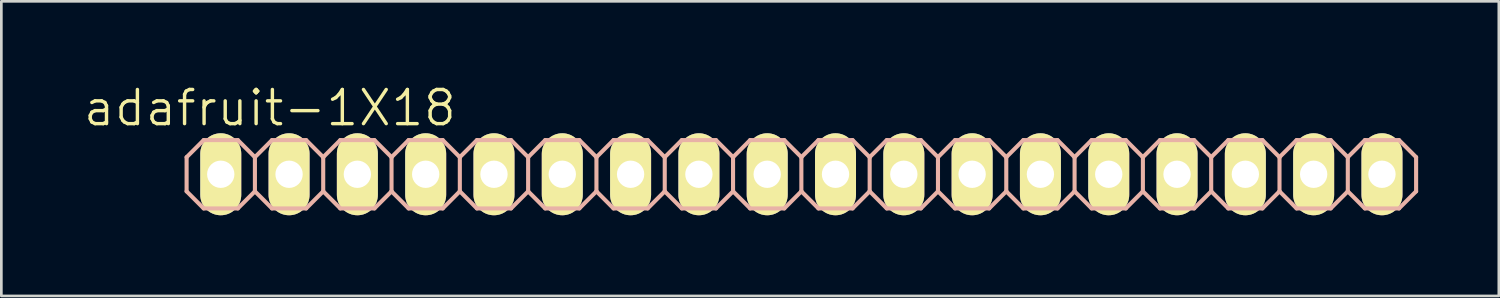
<source format=kicad_pcb>
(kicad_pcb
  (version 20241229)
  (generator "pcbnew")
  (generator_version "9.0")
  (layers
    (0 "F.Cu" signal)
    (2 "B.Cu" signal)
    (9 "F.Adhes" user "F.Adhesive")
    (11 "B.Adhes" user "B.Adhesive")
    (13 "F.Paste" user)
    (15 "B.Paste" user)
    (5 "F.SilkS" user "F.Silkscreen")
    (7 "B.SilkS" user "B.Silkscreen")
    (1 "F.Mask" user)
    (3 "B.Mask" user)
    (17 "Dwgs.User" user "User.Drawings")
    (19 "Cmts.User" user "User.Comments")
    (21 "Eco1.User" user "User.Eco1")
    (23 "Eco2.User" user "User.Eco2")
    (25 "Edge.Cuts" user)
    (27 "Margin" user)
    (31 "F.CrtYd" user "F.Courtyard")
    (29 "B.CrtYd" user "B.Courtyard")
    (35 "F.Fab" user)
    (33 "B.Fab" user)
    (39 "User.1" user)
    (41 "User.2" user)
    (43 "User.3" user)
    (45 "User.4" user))
  (footprint "adafruit-1X18"
    (layer "F.Cu")
    (at 26.749 3.43)
    (property "Reference" "adafruit-1X18" (at -19.761 -2.464 0) (layer "F.SilkS") (effects (font (size 1.27 1.27) (thickness 0.127))))
    (attr exclude_from_pos_files exclude_from_bom)
    (fp_line (start -21.844 -0.254) (end -21.336 -0.254) (stroke (width 0.066) (type solid)) (layer "F.SilkS"))
    (fp_line (start -21.844 0.254) (end -21.844 -0.254) (stroke (width 0.066) (type solid)) (layer "F.SilkS"))
    (fp_line (start -21.844 0.254) (end -21.336 0.254) (stroke (width 0.066) (type solid)) (layer "F.SilkS"))
    (fp_line (start -21.336 0.254) (end -21.336 -0.254) (stroke (width 0.066) (type solid)) (layer "F.SilkS"))
    (fp_line (start -19.304 -0.254) (end -18.796 -0.254) (stroke (width 0.066) (type solid)) (layer "F.SilkS"))
    (fp_line (start -19.304 0.254) (end -19.304 -0.254) (stroke (width 0.066) (type solid)) (layer "F.SilkS"))
    (fp_line (start -19.304 0.254) (end -18.796 0.254) (stroke (width 0.066) (type solid)) (layer "F.SilkS"))
    (fp_line (start -18.796 0.254) (end -18.796 -0.254) (stroke (width 0.066) (type solid)) (layer "F.SilkS"))
    (fp_line (start -16.764 -0.254) (end -16.256 -0.254) (stroke (width 0.066) (type solid)) (layer "F.SilkS"))
    (fp_line (start -16.764 0.254) (end -16.764 -0.254) (stroke (width 0.066) (type solid)) (layer "F.SilkS"))
    (fp_line (start -16.764 0.254) (end -16.256 0.254) (stroke (width 0.066) (type solid)) (layer "F.SilkS"))
    (fp_line (start -16.256 0.254) (end -16.256 -0.254) (stroke (width 0.066) (type solid)) (layer "F.SilkS"))
    (fp_line (start -14.224 -0.254) (end -13.716 -0.254) (stroke (width 0.066) (type solid)) (layer "F.SilkS"))
    (fp_line (start -14.224 0.254) (end -14.224 -0.254) (stroke (width 0.066) (type solid)) (layer "F.SilkS"))
    (fp_line (start -14.224 0.254) (end -13.716 0.254) (stroke (width 0.066) (type solid)) (layer "F.SilkS"))
    (fp_line (start -13.716 0.254) (end -13.716 -0.254) (stroke (width 0.066) (type solid)) (layer "F.SilkS"))
    (fp_line (start -11.684 -0.254) (end -11.176 -0.254) (stroke (width 0.066) (type solid)) (layer "F.SilkS"))
    (fp_line (start -11.684 0.254) (end -11.684 -0.254) (stroke (width 0.066) (type solid)) (layer "F.SilkS"))
    (fp_line (start -11.684 0.254) (end -11.176 0.254) (stroke (width 0.066) (type solid)) (layer "F.SilkS"))
    (fp_line (start -11.176 0.254) (end -11.176 -0.254) (stroke (width 0.066) (type solid)) (layer "F.SilkS"))
    (fp_line (start -9.144 -0.254) (end -8.636 -0.254) (stroke (width 0.066) (type solid)) (layer "F.SilkS"))
    (fp_line (start -9.144 0.254) (end -9.144 -0.254) (stroke (width 0.066) (type solid)) (layer "F.SilkS"))
    (fp_line (start -9.144 0.254) (end -8.636 0.254) (stroke (width 0.066) (type solid)) (layer "F.SilkS"))
    (fp_line (start -8.636 0.254) (end -8.636 -0.254) (stroke (width 0.066) (type solid)) (layer "F.SilkS"))
    (fp_line (start -6.604 -0.254) (end -6.096 -0.254) (stroke (width 0.066) (type solid)) (layer "F.SilkS"))
    (fp_line (start -6.604 0.254) (end -6.604 -0.254) (stroke (width 0.066) (type solid)) (layer "F.SilkS"))
    (fp_line (start -6.604 0.254) (end -6.096 0.254) (stroke (width 0.066) (type solid)) (layer "F.SilkS"))
    (fp_line (start -6.096 0.254) (end -6.096 -0.254) (stroke (width 0.066) (type solid)) (layer "F.SilkS"))
    (fp_line (start -4.064 -0.254) (end -3.556 -0.254) (stroke (width 0.066) (type solid)) (layer "F.SilkS"))
    (fp_line (start -4.064 0.254) (end -4.064 -0.254) (stroke (width 0.066) (type solid)) (layer "F.SilkS"))
    (fp_line (start -4.064 0.254) (end -3.556 0.254) (stroke (width 0.066) (type solid)) (layer "F.SilkS"))
    (fp_line (start -3.556 0.254) (end -3.556 -0.254) (stroke (width 0.066) (type solid)) (layer "F.SilkS"))
    (fp_line (start -1.524 -0.254) (end -1.016 -0.254) (stroke (width 0.066) (type solid)) (layer "F.SilkS"))
    (fp_line (start -1.524 0.254) (end -1.524 -0.254) (stroke (width 0.066) (type solid)) (layer "F.SilkS"))
    (fp_line (start -1.524 0.254) (end -1.016 0.254) (stroke (width 0.066) (type solid)) (layer "F.SilkS"))
    (fp_line (start -1.016 0.254) (end -1.016 -0.254) (stroke (width 0.066) (type solid)) (layer "F.SilkS"))
    (fp_line (start 1.016 -0.254) (end 1.524 -0.254) (stroke (width 0.066) (type solid)) (layer "F.SilkS"))
    (fp_line (start 1.016 0.254) (end 1.016 -0.254) (stroke (width 0.066) (type solid)) (layer "F.SilkS"))
    (fp_line (start 1.016 0.254) (end 1.524 0.254) (stroke (width 0.066) (type solid)) (layer "F.SilkS"))
    (fp_line (start 1.524 0.254) (end 1.524 -0.254) (stroke (width 0.066) (type solid)) (layer "F.SilkS"))
    (fp_line (start 3.556 -0.254) (end 4.064 -0.254) (stroke (width 0.066) (type solid)) (layer "F.SilkS"))
    (fp_line (start 3.556 0.254) (end 3.556 -0.254) (stroke (width 0.066) (type solid)) (layer "F.SilkS"))
    (fp_line (start 3.556 0.254) (end 4.064 0.254) (stroke (width 0.066) (type solid)) (layer "F.SilkS"))
    (fp_line (start 4.064 0.254) (end 4.064 -0.254) (stroke (width 0.066) (type solid)) (layer "F.SilkS"))
    (fp_line (start 6.096 -0.254) (end 6.604 -0.254) (stroke (width 0.066) (type solid)) (layer "F.SilkS"))
    (fp_line (start 6.096 0.254) (end 6.096 -0.254) (stroke (width 0.066) (type solid)) (layer "F.SilkS"))
    (fp_line (start 6.096 0.254) (end 6.604 0.254) (stroke (width 0.066) (type solid)) (layer "F.SilkS"))
    (fp_line (start 6.604 0.254) (end 6.604 -0.254) (stroke (width 0.066) (type solid)) (layer "F.SilkS"))
    (fp_line (start 8.636 -0.254) (end 9.144 -0.254) (stroke (width 0.066) (type solid)) (layer "F.SilkS"))
    (fp_line (start 8.636 0.254) (end 8.636 -0.254) (stroke (width 0.066) (type solid)) (layer "F.SilkS"))
    (fp_line (start 8.636 0.254) (end 9.144 0.254) (stroke (width 0.066) (type solid)) (layer "F.SilkS"))
    (fp_line (start 9.144 0.254) (end 9.144 -0.254) (stroke (width 0.066) (type solid)) (layer "F.SilkS"))
    (fp_line (start 11.176 -0.254) (end 11.684 -0.254) (stroke (width 0.066) (type solid)) (layer "F.SilkS"))
    (fp_line (start 11.176 0.254) (end 11.176 -0.254) (stroke (width 0.066) (type solid)) (layer "F.SilkS"))
    (fp_line (start 11.176 0.254) (end 11.684 0.254) (stroke (width 0.066) (type solid)) (layer "F.SilkS"))
    (fp_line (start 11.684 0.254) (end 11.684 -0.254) (stroke (width 0.066) (type solid)) (layer "F.SilkS"))
    (fp_line (start 13.716 -0.254) (end 14.224 -0.254) (stroke (width 0.066) (type solid)) (layer "F.SilkS"))
    (fp_line (start 13.716 0.254) (end 13.716 -0.254) (stroke (width 0.066) (type solid)) (layer "F.SilkS"))
    (fp_line (start 13.716 0.254) (end 14.224 0.254) (stroke (width 0.066) (type solid)) (layer "F.SilkS"))
    (fp_line (start 14.224 0.254) (end 14.224 -0.254) (stroke (width 0.066) (type solid)) (layer "F.SilkS"))
    (fp_line (start 16.256 -0.254) (end 16.764 -0.254) (stroke (width 0.066) (type solid)) (layer "F.SilkS"))
    (fp_line (start 16.256 0.254) (end 16.256 -0.254) (stroke (width 0.066) (type solid)) (layer "F.SilkS"))
    (fp_line (start 16.256 0.254) (end 16.764 0.254) (stroke (width 0.066) (type solid)) (layer "F.SilkS"))
    (fp_line (start 16.764 0.254) (end 16.764 -0.254) (stroke (width 0.066) (type solid)) (layer "F.SilkS"))
    (fp_line (start 18.796 -0.254) (end 19.304 -0.254) (stroke (width 0.066) (type solid)) (layer "F.SilkS"))
    (fp_line (start 18.796 0.254) (end 18.796 -0.254) (stroke (width 0.066) (type solid)) (layer "F.SilkS"))
    (fp_line (start 18.796 0.254) (end 19.304 0.254) (stroke (width 0.066) (type solid)) (layer "F.SilkS"))
    (fp_line (start 19.304 0.254) (end 19.304 -0.254) (stroke (width 0.066) (type solid)) (layer "F.SilkS"))
    (fp_line (start 21.336 -0.254) (end 21.844 -0.254) (stroke (width 0.066) (type solid)) (layer "F.SilkS"))
    (fp_line (start 21.336 0.254) (end 21.336 -0.254) (stroke (width 0.066) (type solid)) (layer "F.SilkS"))
    (fp_line (start 21.336 0.254) (end 21.844 0.254) (stroke (width 0.066) (type solid)) (layer "F.SilkS"))
    (fp_line (start 21.844 0.254) (end 21.844 -0.254) (stroke (width 0.066) (type solid)) (layer "F.SilkS"))
    (fp_line (start -22.86 -0.635) (end -22.86 0.635) (stroke (width 0.152) (type solid)) (layer "B.SilkS"))
    (fp_line (start -22.86 0.635) (end -22.225 1.27) (stroke (width 0.152) (type solid)) (layer "B.SilkS"))
    (fp_line (start -22.225 -1.27) (end -22.86 -0.635) (stroke (width 0.152) (type solid)) (layer "B.SilkS"))
    (fp_line (start -22.225 -1.27) (end -20.955 -1.27) (stroke (width 0.152) (type solid)) (layer "B.SilkS"))
    (fp_line (start -20.955 -1.27) (end -20.32 -0.635) (stroke (width 0.152) (type solid)) (layer "B.SilkS"))
    (fp_line (start -20.955 1.27) (end -22.225 1.27) (stroke (width 0.152) (type solid)) (layer "B.SilkS"))
    (fp_line (start -20.32 -0.635) (end -20.32 0.635) (stroke (width 0.152) (type solid)) (layer "B.SilkS"))
    (fp_line (start -20.32 -0.635) (end -19.685 -1.27) (stroke (width 0.152) (type solid)) (layer "B.SilkS"))
    (fp_line (start -20.32 0.635) (end -20.955 1.27) (stroke (width 0.152) (type solid)) (layer "B.SilkS"))
    (fp_line (start -19.685 -1.27) (end -18.415 -1.27) (stroke (width 0.152) (type solid)) (layer "B.SilkS"))
    (fp_line (start -19.685 1.27) (end -20.32 0.635) (stroke (width 0.152) (type solid)) (layer "B.SilkS"))
    (fp_line (start -18.415 -1.27) (end -17.78 -0.635) (stroke (width 0.152) (type solid)) (layer "B.SilkS"))
    (fp_line (start -18.415 1.27) (end -19.685 1.27) (stroke (width 0.152) (type solid)) (layer "B.SilkS"))
    (fp_line (start -17.78 -0.635) (end -17.78 0.635) (stroke (width 0.152) (type solid)) (layer "B.SilkS"))
    (fp_line (start -17.78 -0.635) (end -17.145 -1.27) (stroke (width 0.152) (type solid)) (layer "B.SilkS"))
    (fp_line (start -17.78 0.635) (end -18.415 1.27) (stroke (width 0.152) (type solid)) (layer "B.SilkS"))
    (fp_line (start -17.145 -1.27) (end -15.875 -1.27) (stroke (width 0.152) (type solid)) (layer "B.SilkS"))
    (fp_line (start -17.145 1.27) (end -17.78 0.635) (stroke (width 0.152) (type solid)) (layer "B.SilkS"))
    (fp_line (start -15.875 -1.27) (end -15.24 -0.635) (stroke (width 0.152) (type solid)) (layer "B.SilkS"))
    (fp_line (start -15.875 1.27) (end -17.145 1.27) (stroke (width 0.152) (type solid)) (layer "B.SilkS"))
    (fp_line (start -15.24 -0.635) (end -15.24 0.635) (stroke (width 0.152) (type solid)) (layer "B.SilkS"))
    (fp_line (start -15.24 0.635) (end -15.875 1.27) (stroke (width 0.152) (type solid)) (layer "B.SilkS"))
    (fp_line (start -15.24 0.635) (end -14.605 1.27) (stroke (width 0.152) (type solid)) (layer "B.SilkS"))
    (fp_line (start -14.605 -1.27) (end -15.24 -0.635) (stroke (width 0.152) (type solid)) (layer "B.SilkS"))
    (fp_line (start -14.605 -1.27) (end -13.335 -1.27) (stroke (width 0.152) (type solid)) (layer "B.SilkS"))
    (fp_line (start -13.335 -1.27) (end -12.7 -0.635) (stroke (width 0.152) (type solid)) (layer "B.SilkS"))
    (fp_line (start -13.335 1.27) (end -14.605 1.27) (stroke (width 0.152) (type solid)) (layer "B.SilkS"))
    (fp_line (start -12.7 -0.635) (end -12.7 0.635) (stroke (width 0.152) (type solid)) (layer "B.SilkS"))
    (fp_line (start -12.7 -0.635) (end -12.065 -1.27) (stroke (width 0.152) (type solid)) (layer "B.SilkS"))
    (fp_line (start -12.7 0.635) (end -13.335 1.27) (stroke (width 0.152) (type solid)) (layer "B.SilkS"))
    (fp_line (start -12.065 -1.27) (end -10.795 -1.27) (stroke (width 0.152) (type solid)) (layer "B.SilkS"))
    (fp_line (start -12.065 1.27) (end -12.7 0.635) (stroke (width 0.152) (type solid)) (layer "B.SilkS"))
    (fp_line (start -10.795 -1.27) (end -10.16 -0.635) (stroke (width 0.152) (type solid)) (layer "B.SilkS"))
    (fp_line (start -10.795 1.27) (end -12.065 1.27) (stroke (width 0.152) (type solid)) (layer "B.SilkS"))
    (fp_line (start -10.16 -0.635) (end -10.16 0.635) (stroke (width 0.152) (type solid)) (layer "B.SilkS"))
    (fp_line (start -10.16 -0.635) (end -9.525 -1.27) (stroke (width 0.152) (type solid)) (layer "B.SilkS"))
    (fp_line (start -10.16 0.635) (end -10.795 1.27) (stroke (width 0.152) (type solid)) (layer "B.SilkS"))
    (fp_line (start -9.525 -1.27) (end -8.255 -1.27) (stroke (width 0.152) (type solid)) (layer "B.SilkS"))
    (fp_line (start -9.525 1.27) (end -10.16 0.635) (stroke (width 0.152) (type solid)) (layer "B.SilkS"))
    (fp_line (start -8.255 -1.27) (end -7.62 -0.635) (stroke (width 0.152) (type solid)) (layer "B.SilkS"))
    (fp_line (start -8.255 1.27) (end -9.525 1.27) (stroke (width 0.152) (type solid)) (layer "B.SilkS"))
    (fp_line (start -7.62 -0.635) (end -7.62 0.635) (stroke (width 0.152) (type solid)) (layer "B.SilkS"))
    (fp_line (start -7.62 0.635) (end -8.255 1.27) (stroke (width 0.152) (type solid)) (layer "B.SilkS"))
    (fp_line (start -7.62 0.635) (end -6.985 1.27) (stroke (width 0.152) (type solid)) (layer "B.SilkS"))
    (fp_line (start -6.985 -1.27) (end -7.62 -0.635) (stroke (width 0.152) (type solid)) (layer "B.SilkS"))
    (fp_line (start -6.985 -1.27) (end -5.715 -1.27) (stroke (width 0.152) (type solid)) (layer "B.SilkS"))
    (fp_line (start -5.715 -1.27) (end -5.08 -0.635) (stroke (width 0.152) (type solid)) (layer "B.SilkS"))
    (fp_line (start -5.715 1.27) (end -6.985 1.27) (stroke (width 0.152) (type solid)) (layer "B.SilkS"))
    (fp_line (start -5.08 -0.635) (end -5.08 0.635) (stroke (width 0.152) (type solid)) (layer "B.SilkS"))
    (fp_line (start -5.08 -0.635) (end -4.445 -1.27) (stroke (width 0.152) (type solid)) (layer "B.SilkS"))
    (fp_line (start -5.08 0.635) (end -5.715 1.27) (stroke (width 0.152) (type solid)) (layer "B.SilkS"))
    (fp_line (start -4.445 -1.27) (end -3.175 -1.27) (stroke (width 0.152) (type solid)) (layer "B.SilkS"))
    (fp_line (start -4.445 1.27) (end -5.08 0.635) (stroke (width 0.152) (type solid)) (layer "B.SilkS"))
    (fp_line (start -3.175 -1.27) (end -2.54 -0.635) (stroke (width 0.152) (type solid)) (layer "B.SilkS"))
    (fp_line (start -3.175 1.27) (end -4.445 1.27) (stroke (width 0.152) (type solid)) (layer "B.SilkS"))
    (fp_line (start -2.54 -0.635) (end -2.54 0.635) (stroke (width 0.152) (type solid)) (layer "B.SilkS"))
    (fp_line (start -2.54 -0.635) (end -1.905 -1.27) (stroke (width 0.152) (type solid)) (layer "B.SilkS"))
    (fp_line (start -2.54 0.635) (end -3.175 1.27) (stroke (width 0.152) (type solid)) (layer "B.SilkS"))
    (fp_line (start -1.905 -1.27) (end -0.635 -1.27) (stroke (width 0.152) (type solid)) (layer "B.SilkS"))
    (fp_line (start -1.905 1.27) (end -2.54 0.635) (stroke (width 0.152) (type solid)) (layer "B.SilkS"))
    (fp_line (start -0.635 -1.27) (end 0 -0.635) (stroke (width 0.152) (type solid)) (layer "B.SilkS"))
    (fp_line (start -0.635 1.27) (end -1.905 1.27) (stroke (width 0.152) (type solid)) (layer "B.SilkS"))
    (fp_line (start 0 -0.635) (end 0 0.635) (stroke (width 0.152) (type solid)) (layer "B.SilkS"))
    (fp_line (start 0 0.635) (end -0.635 1.27) (stroke (width 0.152) (type solid)) (layer "B.SilkS"))
    (fp_line (start 0 0.635) (end 0.635 1.27) (stroke (width 0.152) (type solid)) (layer "B.SilkS"))
    (fp_line (start 0.635 -1.27) (end 0 -0.635) (stroke (width 0.152) (type solid)) (layer "B.SilkS"))
    (fp_line (start 0.635 -1.27) (end 1.905 -1.27) (stroke (width 0.152) (type solid)) (layer "B.SilkS"))
    (fp_line (start 1.905 -1.27) (end 2.54 -0.635) (stroke (width 0.152) (type solid)) (layer "B.SilkS"))
    (fp_line (start 1.905 1.27) (end 0.635 1.27) (stroke (width 0.152) (type solid)) (layer "B.SilkS"))
    (fp_line (start 2.54 -0.635) (end 2.54 0.635) (stroke (width 0.152) (type solid)) (layer "B.SilkS"))
    (fp_line (start 2.54 -0.635) (end 3.175 -1.27) (stroke (width 0.152) (type solid)) (layer "B.SilkS"))
    (fp_line (start 2.54 0.635) (end 1.905 1.27) (stroke (width 0.152) (type solid)) (layer "B.SilkS"))
    (fp_line (start 3.175 -1.27) (end 4.445 -1.27) (stroke (width 0.152) (type solid)) (layer "B.SilkS"))
    (fp_line (start 3.175 1.27) (end 2.54 0.635) (stroke (width 0.152) (type solid)) (layer "B.SilkS"))
    (fp_line (start 4.445 -1.27) (end 5.08 -0.635) (stroke (width 0.152) (type solid)) (layer "B.SilkS"))
    (fp_line (start 4.445 1.27) (end 3.175 1.27) (stroke (width 0.152) (type solid)) (layer "B.SilkS"))
    (fp_line (start 5.08 -0.635) (end 5.08 0.635) (stroke (width 0.152) (type solid)) (layer "B.SilkS"))
    (fp_line (start 5.08 -0.635) (end 5.715 -1.27) (stroke (width 0.152) (type solid)) (layer "B.SilkS"))
    (fp_line (start 5.08 0.635) (end 4.445 1.27) (stroke (width 0.152) (type solid)) (layer "B.SilkS"))
    (fp_line (start 5.715 -1.27) (end 6.985 -1.27) (stroke (width 0.152) (type solid)) (layer "B.SilkS"))
    (fp_line (start 5.715 1.27) (end 5.08 0.635) (stroke (width 0.152) (type solid)) (layer "B.SilkS"))
    (fp_line (start 6.985 -1.27) (end 7.62 -0.635) (stroke (width 0.152) (type solid)) (layer "B.SilkS"))
    (fp_line (start 6.985 1.27) (end 5.715 1.27) (stroke (width 0.152) (type solid)) (layer "B.SilkS"))
    (fp_line (start 7.62 -0.635) (end 7.62 0.635) (stroke (width 0.152) (type solid)) (layer "B.SilkS"))
    (fp_line (start 7.62 0.635) (end 6.985 1.27) (stroke (width 0.152) (type solid)) (layer "B.SilkS"))
    (fp_line (start 7.62 0.635) (end 8.255 1.27) (stroke (width 0.152) (type solid)) (layer "B.SilkS"))
    (fp_line (start 8.255 -1.27) (end 7.62 -0.635) (stroke (width 0.152) (type solid)) (layer "B.SilkS"))
    (fp_line (start 8.255 -1.27) (end 9.525 -1.27) (stroke (width 0.152) (type solid)) (layer "B.SilkS"))
    (fp_line (start 9.525 -1.27) (end 10.16 -0.635) (stroke (width 0.152) (type solid)) (layer "B.SilkS"))
    (fp_line (start 9.525 1.27) (end 8.255 1.27) (stroke (width 0.152) (type solid)) (layer "B.SilkS"))
    (fp_line (start 10.16 -0.635) (end 10.16 0.635) (stroke (width 0.152) (type solid)) (layer "B.SilkS"))
    (fp_line (start 10.16 -0.635) (end 10.795 -1.27) (stroke (width 0.152) (type solid)) (layer "B.SilkS"))
    (fp_line (start 10.16 0.635) (end 9.525 1.27) (stroke (width 0.152) (type solid)) (layer "B.SilkS"))
    (fp_line (start 10.795 -1.27) (end 12.065 -1.27) (stroke (width 0.152) (type solid)) (layer "B.SilkS"))
    (fp_line (start 10.795 1.27) (end 10.16 0.635) (stroke (width 0.152) (type solid)) (layer "B.SilkS"))
    (fp_line (start 12.065 -1.27) (end 12.7 -0.635) (stroke (width 0.152) (type solid)) (layer "B.SilkS"))
    (fp_line (start 12.065 1.27) (end 10.795 1.27) (stroke (width 0.152) (type solid)) (layer "B.SilkS"))
    (fp_line (start 12.7 -0.635) (end 12.7 0.635) (stroke (width 0.152) (type solid)) (layer "B.SilkS"))
    (fp_line (start 12.7 -0.635) (end 13.335 -1.27) (stroke (width 0.152) (type solid)) (layer "B.SilkS"))
    (fp_line (start 12.7 0.635) (end 12.065 1.27) (stroke (width 0.152) (type solid)) (layer "B.SilkS"))
    (fp_line (start 13.335 -1.27) (end 14.605 -1.27) (stroke (width 0.152) (type solid)) (layer "B.SilkS"))
    (fp_line (start 13.335 1.27) (end 12.7 0.635) (stroke (width 0.152) (type solid)) (layer "B.SilkS"))
    (fp_line (start 14.605 -1.27) (end 15.24 -0.635) (stroke (width 0.152) (type solid)) (layer "B.SilkS"))
    (fp_line (start 14.605 1.27) (end 13.335 1.27) (stroke (width 0.152) (type solid)) (layer "B.SilkS"))
    (fp_line (start 15.24 -0.635) (end 15.24 0.635) (stroke (width 0.152) (type solid)) (layer "B.SilkS"))
    (fp_line (start 15.24 0.635) (end 14.605 1.27) (stroke (width 0.152) (type solid)) (layer "B.SilkS"))
    (fp_line (start 15.24 0.635) (end 15.875 1.27) (stroke (width 0.152) (type solid)) (layer "B.SilkS"))
    (fp_line (start 15.875 -1.27) (end 15.24 -0.635) (stroke (width 0.152) (type solid)) (layer "B.SilkS"))
    (fp_line (start 15.875 -1.27) (end 17.145 -1.27) (stroke (width 0.152) (type solid)) (layer "B.SilkS"))
    (fp_line (start 17.145 -1.27) (end 17.78 -0.635) (stroke (width 0.152) (type solid)) (layer "B.SilkS"))
    (fp_line (start 17.145 1.27) (end 15.875 1.27) (stroke (width 0.152) (type solid)) (layer "B.SilkS"))
    (fp_line (start 17.78 -0.635) (end 17.78 0.635) (stroke (width 0.152) (type solid)) (layer "B.SilkS"))
    (fp_line (start 17.78 -0.635) (end 18.415 -1.27) (stroke (width 0.152) (type solid)) (layer "B.SilkS"))
    (fp_line (start 17.78 0.635) (end 17.145 1.27) (stroke (width 0.152) (type solid)) (layer "B.SilkS"))
    (fp_line (start 18.415 -1.27) (end 19.685 -1.27) (stroke (width 0.152) (type solid)) (layer "B.SilkS"))
    (fp_line (start 18.415 1.27) (end 17.78 0.635) (stroke (width 0.152) (type solid)) (layer "B.SilkS"))
    (fp_line (start 19.685 -1.27) (end 20.32 -0.635) (stroke (width 0.152) (type solid)) (layer "B.SilkS"))
    (fp_line (start 19.685 1.27) (end 18.415 1.27) (stroke (width 0.152) (type solid)) (layer "B.SilkS"))
    (fp_line (start 20.32 -0.635) (end 20.32 0.635) (stroke (width 0.152) (type solid)) (layer "B.SilkS"))
    (fp_line (start 20.32 -0.635) (end 20.955 -1.27) (stroke (width 0.152) (type solid)) (layer "B.SilkS"))
    (fp_line (start 20.32 0.635) (end 19.685 1.27) (stroke (width 0.152) (type solid)) (layer "B.SilkS"))
    (fp_line (start 20.955 -1.27) (end 22.225 -1.27) (stroke (width 0.152) (type solid)) (layer "B.SilkS"))
    (fp_line (start 20.955 1.27) (end 20.32 0.635) (stroke (width 0.152) (type solid)) (layer "B.SilkS"))
    (fp_line (start 22.225 -1.27) (end 22.86 -0.635) (stroke (width 0.152) (type solid)) (layer "B.SilkS"))
    (fp_line (start 22.225 1.27) (end 20.955 1.27) (stroke (width 0.152) (type solid)) (layer "B.SilkS"))
    (fp_line (start 22.86 -0.635) (end 22.86 0.635) (stroke (width 0.152) (type solid)) (layer "B.SilkS"))
    (fp_line (start 22.86 0.635) (end 22.225 1.27) (stroke (width 0.152) (type solid)) (layer "B.SilkS"))
    (pad "1" thru_hole oval (at -21.59 0 180) (size 1.524 3.048) (drill 1.016) (layers "*.Cu" "F.Mask" "F.SilkS" "F.Paste"))
    (pad "2" thru_hole oval (at -19.05 0 180) (size 1.524 3.048) (drill 1.016) (layers "*.Cu" "F.Mask" "F.SilkS" "F.Paste"))
    (pad "3" thru_hole oval (at -16.51 0 180) (size 1.524 3.048) (drill 1.016) (layers "*.Cu" "F.Mask" "F.SilkS" "F.Paste"))
    (pad "4" thru_hole oval (at -13.97 0 180) (size 1.524 3.048) (drill 1.016) (layers "*.Cu" "F.Mask" "F.SilkS" "F.Paste"))
    (pad "5" thru_hole oval (at -11.43 0 180) (size 1.524 3.048) (drill 1.016) (layers "*.Cu" "F.Mask" "F.SilkS" "F.Paste"))
    (pad "6" thru_hole oval (at -8.89 0 180) (size 1.524 3.048) (drill 1.016) (layers "*.Cu" "F.Mask" "F.SilkS" "F.Paste"))
    (pad "7" thru_hole oval (at -6.35 0 180) (size 1.524 3.048) (drill 1.016) (layers "*.Cu" "F.Mask" "F.SilkS" "F.Paste"))
    (pad "8" thru_hole oval (at -3.81 0 180) (size 1.524 3.048) (drill 1.016) (layers "*.Cu" "F.Mask" "F.SilkS" "F.Paste"))
    (pad "9" thru_hole oval (at -1.27 0 180) (size 1.524 3.048) (drill 1.016) (layers "*.Cu" "F.Mask" "F.SilkS" "F.Paste"))
    (pad "10" thru_hole oval (at 1.27 0 180) (size 1.524 3.048) (drill 1.016) (layers "*.Cu" "F.Mask" "F.SilkS" "F.Paste"))
    (pad "11" thru_hole oval (at 3.81 0 180) (size 1.524 3.048) (drill 1.016) (layers "*.Cu" "F.Mask" "F.SilkS" "F.Paste"))
    (pad "12" thru_hole oval (at 6.35 0 180) (size 1.524 3.048) (drill 1.016) (layers "*.Cu" "F.Mask" "F.SilkS" "F.Paste"))
    (pad "13" thru_hole oval (at 8.89 0 180) (size 1.524 3.048) (drill 1.016) (layers "*.Cu" "F.Mask" "F.SilkS" "F.Paste"))
    (pad "14" thru_hole oval (at 11.43 0 180) (size 1.524 3.048) (drill 1.016) (layers "*.Cu" "F.Mask" "F.SilkS" "F.Paste"))
    (pad "15" thru_hole oval (at 13.97 0 180) (size 1.524 3.048) (drill 1.016) (layers "*.Cu" "F.Mask" "F.SilkS" "F.Paste"))
    (pad "16" thru_hole oval (at 16.51 0 180) (size 1.524 3.048) (drill 1.016) (layers "*.Cu" "F.Mask" "F.SilkS" "F.Paste"))
    (pad "17" thru_hole oval (at 19.05 0 180) (size 1.524 3.048) (drill 1.016) (layers "*.Cu" "F.Mask" "F.SilkS" "F.Paste"))
    (pad "18" thru_hole oval (at 21.59 0 180) (size 1.524 3.048) (drill 1.016) (layers "*.Cu" "F.Mask" "F.SilkS" "F.Paste")))
  (gr_rect
    (start -3 -3)
    (end 52.685 7.954)
    (stroke (width 0.1) (type default))
    (fill no)
    (layer "Edge.Cuts")))
</source>
